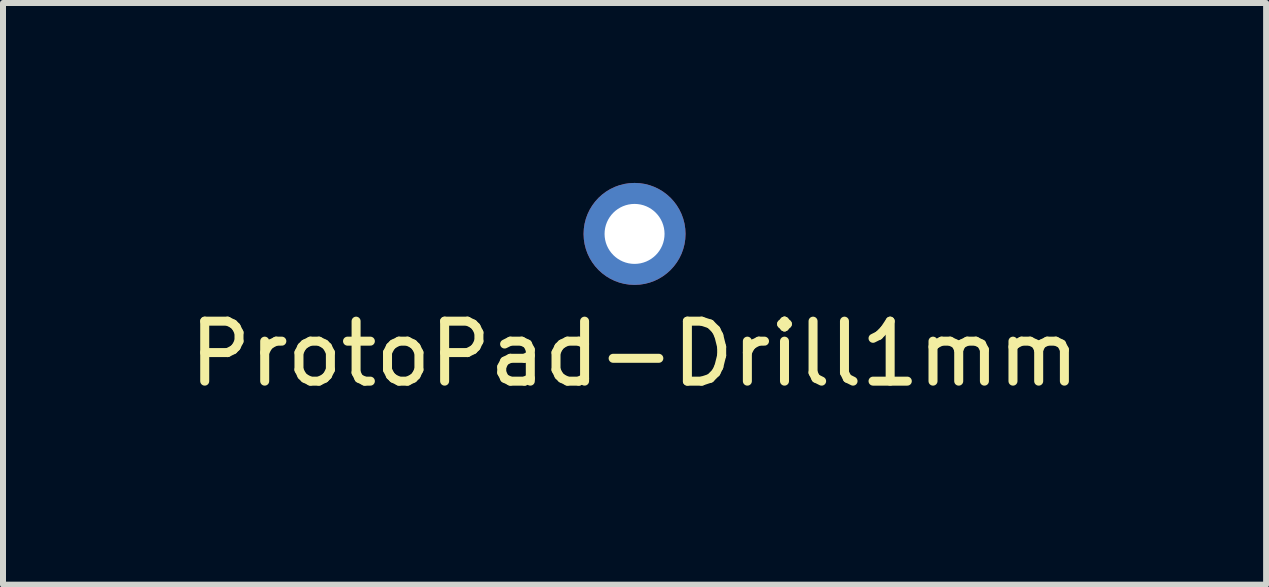
<source format=kicad_pcb>
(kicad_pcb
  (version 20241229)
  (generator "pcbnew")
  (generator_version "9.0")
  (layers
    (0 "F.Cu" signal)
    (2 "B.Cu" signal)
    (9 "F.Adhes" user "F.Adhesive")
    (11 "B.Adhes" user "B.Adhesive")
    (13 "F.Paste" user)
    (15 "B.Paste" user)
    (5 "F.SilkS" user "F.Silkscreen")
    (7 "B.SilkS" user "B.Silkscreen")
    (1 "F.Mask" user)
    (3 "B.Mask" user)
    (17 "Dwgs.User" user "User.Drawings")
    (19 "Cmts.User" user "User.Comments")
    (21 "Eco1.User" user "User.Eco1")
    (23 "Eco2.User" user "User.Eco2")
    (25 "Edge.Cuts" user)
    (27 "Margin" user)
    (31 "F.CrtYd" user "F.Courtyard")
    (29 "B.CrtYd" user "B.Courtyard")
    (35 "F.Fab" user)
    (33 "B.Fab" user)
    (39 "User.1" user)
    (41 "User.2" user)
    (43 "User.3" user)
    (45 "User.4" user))
  (footprint "ProtoPad-Drill1mm"
    (layer "F.Cu")
    (at 7.53 0.9)
    (property "Reference" "ProtoPad-Drill1mm" (at 0 1.95 0) (layer "F.SilkS") (effects (font (size 1 1) (thickness 0.15))))
    (attr through_hole)
    (pad "1" thru_hole circle (at 0 -0.05) (size 1.7 1.7) (drill 1) (layers "*.Cu" "*.Mask")))
  (gr_rect
    (start -3 -3)
    (end 18.06 6.698)
    (stroke (width 0.1) (type default))
    (fill no)
    (layer "Edge.Cuts")))
</source>
